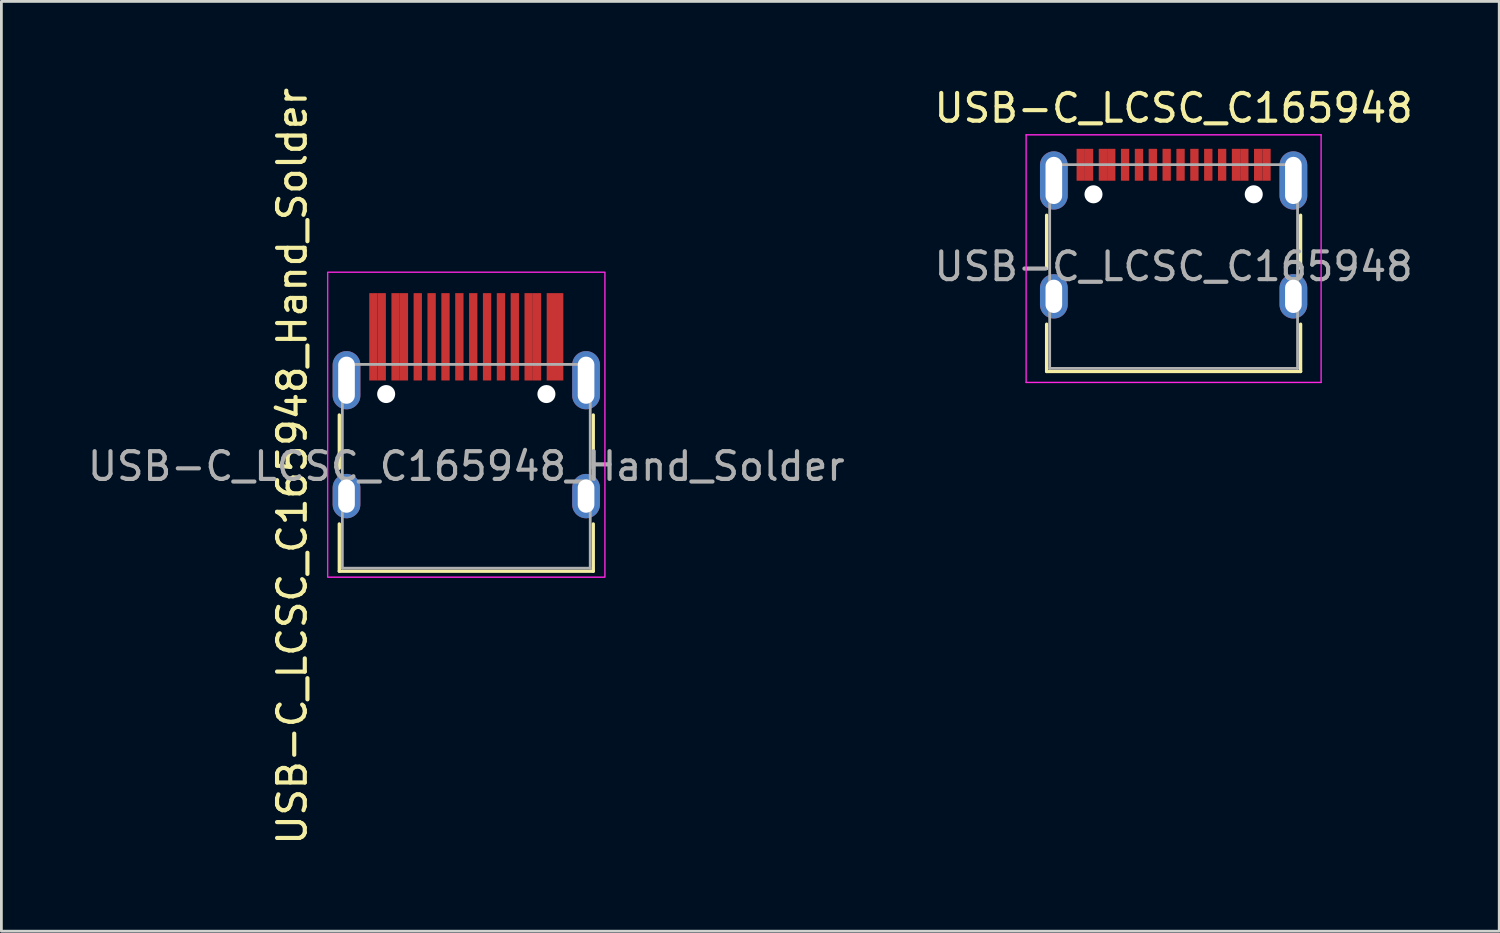
<source format=kicad_pcb>
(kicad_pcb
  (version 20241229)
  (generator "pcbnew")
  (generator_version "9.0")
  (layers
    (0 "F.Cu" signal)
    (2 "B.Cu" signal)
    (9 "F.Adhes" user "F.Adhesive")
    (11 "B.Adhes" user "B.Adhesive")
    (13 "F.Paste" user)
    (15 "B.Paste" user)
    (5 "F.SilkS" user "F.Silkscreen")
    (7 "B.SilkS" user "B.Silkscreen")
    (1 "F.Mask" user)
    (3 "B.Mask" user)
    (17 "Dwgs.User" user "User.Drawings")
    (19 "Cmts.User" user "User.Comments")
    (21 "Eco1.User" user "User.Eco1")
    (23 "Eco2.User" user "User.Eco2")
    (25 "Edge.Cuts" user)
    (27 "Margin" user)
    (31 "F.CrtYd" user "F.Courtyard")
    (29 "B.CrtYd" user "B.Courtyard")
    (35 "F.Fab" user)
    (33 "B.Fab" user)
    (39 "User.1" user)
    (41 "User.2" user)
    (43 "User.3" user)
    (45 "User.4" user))
  (footprint "USB-C_LCSC_C165948"
    (layer "F.Cu")
    (at 39.28 6.563)
    (property "Reference" "USB-C_LCSC_C165948" (at 0 -5.715 0) (layer "F.SilkS") (effects (font (size 1 1) (thickness 0.15))))
    (attr smd)
    (fp_line (start -4.58 -1.85) (end -4.58 0.07) (stroke (width 0.12) (type solid)) (layer "F.SilkS"))
    (fp_line (start -4.58 3.785) (end -4.58 2.08) (stroke (width 0.12) (type solid)) (layer "F.SilkS"))
    (fp_line (start 4.58 0.07) (end 4.58 -1.85) (stroke (width 0.12) (type solid)) (layer "F.SilkS"))
    (fp_line (start 4.58 2.08) (end 4.58 3.785) (stroke (width 0.12) (type solid)) (layer "F.SilkS"))
    (fp_line (start 4.58 3.785) (end -4.58 3.785) (stroke (width 0.12) (type solid)) (layer "F.SilkS"))
    (fp_line (start -5.32 -4.75) (end 5.32 -4.75) (stroke (width 0.05) (type solid)) (layer "F.CrtYd"))
    (fp_line (start -5.32 4.18) (end -5.32 -4.75) (stroke (width 0.05) (type solid)) (layer "F.CrtYd"))
    (fp_line (start 5.32 -4.75) (end 5.32 4.18) (stroke (width 0.05) (type solid)) (layer "F.CrtYd"))
    (fp_line (start 5.32 4.18) (end -5.32 4.18) (stroke (width 0.05) (type solid)) (layer "F.CrtYd"))
    (fp_line (start -4.47 -3.675) (end -4.47 3.675) (stroke (width 0.1) (type solid)) (layer "F.Fab"))
    (fp_line (start -4.47 -3.675) (end 4.47 -3.675) (stroke (width 0.1) (type solid)) (layer "F.Fab"))
    (fp_line (start -4.47 3.675) (end 4.47 3.675) (stroke (width 0.1) (type solid)) (layer "F.Fab"))
    (fp_line (start 4.47 3.675) (end 4.47 -3.675) (stroke (width 0.1) (type solid)) (layer "F.Fab"))
    (fp_text user "${REFERENCE}" (at 0 0 0) (layer "F.Fab") (effects (font (size 1 1) (thickness 0.15))))
    (pad "" np_thru_hole circle (at -2.89 -2.605) (size 0.65 0.65) (drill 0.65) (layers "*.Cu" "*.Mask"))
    (pad "" np_thru_hole circle (at 2.89 -2.605) (size 0.65 0.65) (drill 0.65) (layers "*.Cu" "*.Mask"))
    (pad "A1" smd rect (at -3.35 -3.67) (size 0.3 1.15) (layers "F.Cu" "F.Mask" "F.Paste"))
    (pad "A4" smd rect (at -2.55 -3.67) (size 0.3 1.15) (layers "F.Cu" "F.Mask" "F.Paste"))
    (pad "A5" smd rect (at -1.25 -3.67) (size 0.3 1.15) (layers "F.Cu" "F.Mask" "F.Paste"))
    (pad "A6" smd rect (at -0.25 -3.67) (size 0.3 1.15) (layers "F.Cu" "F.Mask" "F.Paste"))
    (pad "A7" smd rect (at 0.25 -3.67) (size 0.3 1.15) (layers "F.Cu" "F.Mask" "F.Paste"))
    (pad "A8" smd rect (at 1.25 -3.67) (size 0.3 1.15) (layers "F.Cu" "F.Mask" "F.Paste"))
    (pad "A9" smd rect (at 2.55 -3.67) (size 0.3 1.15) (layers "F.Cu" "F.Mask" "F.Paste"))
    (pad "A12" smd rect (at 3.35 -3.67) (size 0.3 1.15) (layers "F.Cu" "F.Mask" "F.Paste"))
    (pad "B1" smd rect (at 3.05 -3.67) (size 0.3 1.15) (layers "F.Cu" "F.Mask" "F.Paste"))
    (pad "B4" smd rect (at 2.25 -3.67) (size 0.3 1.15) (layers "F.Cu" "F.Mask" "F.Paste"))
    (pad "B5" smd rect (at 1.75 -3.67) (size 0.3 1.15) (layers "F.Cu" "F.Mask" "F.Paste"))
    (pad "B6" smd rect (at 0.75 -3.67) (size 0.3 1.15) (layers "F.Cu" "F.Mask" "F.Paste"))
    (pad "B7" smd rect (at -0.75 -3.67) (size 0.3 1.15) (layers "F.Cu" "F.Mask" "F.Paste"))
    (pad "B8" smd rect (at -1.75 -3.67) (size 0.3 1.15) (layers "F.Cu" "F.Mask" "F.Paste"))
    (pad "B9" smd rect (at -2.25 -3.67) (size 0.3 1.15) (layers "F.Cu" "F.Mask" "F.Paste"))
    (pad "B12" smd rect (at -3.05 -3.67) (size 0.3 1.15) (layers "F.Cu" "F.Mask" "F.Paste"))
    (pad "S1" thru_hole oval (at -4.32 -3.105) (size 1 2.1) (drill oval 0.6 1.7) (layers "*.Cu" "*.Mask"))
    (pad "S1" thru_hole oval (at -4.32 1.075) (size 1 1.6) (drill oval 0.6 1.2) (layers "*.Cu" "*.Mask"))
    (pad "S1" thru_hole oval (at 4.32 -3.105) (size 1 2.1) (drill oval 0.6 1.7) (layers "*.Cu" "*.Mask"))
    (pad "S1" thru_hole oval (at 4.32 1.075) (size 1 1.6) (drill oval 0.6 1.2) (layers "*.Cu" "*.Mask")))
  (footprint "USB-C_LCSC_C165948_Hand_Solder"
    (layer "F.Cu")
    (at 13.768 13.768)
    (property "Reference" "USB-C_LCSC_C165948_Hand_Solder" (at -6.28 0 90) (layer "F.SilkS") (effects (font (size 1 1) (thickness 0.15))))
    (attr smd)
    (fp_line (start -4.58 -1.85) (end -4.58 0.07) (stroke (width 0.12) (type solid)) (layer "F.SilkS"))
    (fp_line (start -4.58 3.785) (end -4.58 2.08) (stroke (width 0.12) (type solid)) (layer "F.SilkS"))
    (fp_line (start 4.58 0.07) (end 4.58 -1.85) (stroke (width 0.12) (type solid)) (layer "F.SilkS"))
    (fp_line (start 4.58 2.08) (end 4.58 3.785) (stroke (width 0.12) (type solid)) (layer "F.SilkS"))
    (fp_line (start 4.58 3.785) (end -4.58 3.785) (stroke (width 0.12) (type solid)) (layer "F.SilkS"))
    (fp_rect (start 5 4) (end -5 -7) (stroke (width 0.05) (type solid)) (fill no) (layer "F.CrtYd"))
    (fp_line (start -4.47 -3.675) (end -4.47 3.675) (stroke (width 0.1) (type solid)) (layer "F.Fab"))
    (fp_line (start -4.47 -3.675) (end 4.47 -3.675) (stroke (width 0.1) (type solid)) (layer "F.Fab"))
    (fp_line (start -4.47 3.675) (end 4.47 3.675) (stroke (width 0.1) (type solid)) (layer "F.Fab"))
    (fp_line (start 4.47 3.675) (end 4.47 -3.675) (stroke (width 0.1) (type solid)) (layer "F.Fab"))
    (fp_text user "${REFERENCE}" (at 0 0 0) (layer "F.Fab") (effects (font (size 1 1) (thickness 0.15))))
    (pad "" np_thru_hole circle (at -2.89 -2.605) (size 0.65 0.65) (drill 0.65) (layers "*.Cu" "*.Mask"))
    (pad "" np_thru_hole circle (at 2.89 -2.605) (size 0.65 0.65) (drill 0.65) (layers "*.Cu" "*.Mask"))
    (pad "A1" smd rect (at -3.35 -4.67) (size 0.3 3.15) (layers "F.Cu" "F.Mask" "F.Paste"))
    (pad "A4" smd rect (at -2.55 -4.67) (size 0.3 3.15) (layers "F.Cu" "F.Mask" "F.Paste"))
    (pad "A5" smd rect (at -1.25 -4.67) (size 0.3 3.15) (layers "F.Cu" "F.Mask" "F.Paste"))
    (pad "A6" smd rect (at -0.25 -4.67) (size 0.3 3.15) (layers "F.Cu" "F.Mask" "F.Paste"))
    (pad "A7" smd rect (at 0.25 -4.67) (size 0.3 3.15) (layers "F.Cu" "F.Mask" "F.Paste"))
    (pad "A8" smd rect (at 1.25 -4.67) (size 0.3 3.15) (layers "F.Cu" "F.Mask" "F.Paste"))
    (pad "A9" smd rect (at 2.55 -4.67) (size 0.3 3.15) (layers "F.Cu" "F.Mask" "F.Paste"))
    (pad "A12" smd rect (at 3.35 -4.67) (size 0.3 3.15) (layers "F.Cu" "F.Mask" "F.Paste"))
    (pad "B1" smd rect (at 3.05 -4.67) (size 0.3 3.15) (layers "F.Cu" "F.Mask" "F.Paste"))
    (pad "B4" smd rect (at 2.25 -4.67) (size 0.3 3.15) (layers "F.Cu" "F.Mask" "F.Paste"))
    (pad "B5" smd rect (at 1.75 -4.67) (size 0.3 3.15) (layers "F.Cu" "F.Mask" "F.Paste"))
    (pad "B6" smd rect (at 0.75 -4.67) (size 0.3 3.15) (layers "F.Cu" "F.Mask" "F.Paste"))
    (pad "B7" smd rect (at -0.75 -4.67) (size 0.3 3.15) (layers "F.Cu" "F.Mask" "F.Paste"))
    (pad "B8" smd rect (at -1.75 -4.67) (size 0.3 3.15) (layers "F.Cu" "F.Mask" "F.Paste"))
    (pad "B9" smd rect (at -2.25 -4.67) (size 0.3 3.15) (layers "F.Cu" "F.Mask" "F.Paste"))
    (pad "B12" smd rect (at -3.05 -4.67) (size 0.3 3.15) (layers "F.Cu" "F.Mask" "F.Paste"))
    (pad "S1" thru_hole oval (at -4.32 -3.105) (size 1 2.1) (drill oval 0.6 1.7) (layers "*.Cu" "*.Mask"))
    (pad "S1" thru_hole oval (at -4.32 1.075) (size 1 1.6) (drill oval 0.6 1.2) (layers "*.Cu" "*.Mask"))
    (pad "S1" thru_hole oval (at 4.32 -3.105) (size 1 2.1) (drill oval 0.6 1.7) (layers "*.Cu" "*.Mask"))
    (pad "S1" thru_hole oval (at 4.32 1.075) (size 1 1.6) (drill oval 0.6 1.2) (layers "*.Cu" "*.Mask")))
  (gr_rect
    (start -3 -3)
    (end 51.024 30.536)
    (stroke (width 0.1) (type default))
    (fill no)
    (layer "Edge.Cuts")))
</source>
